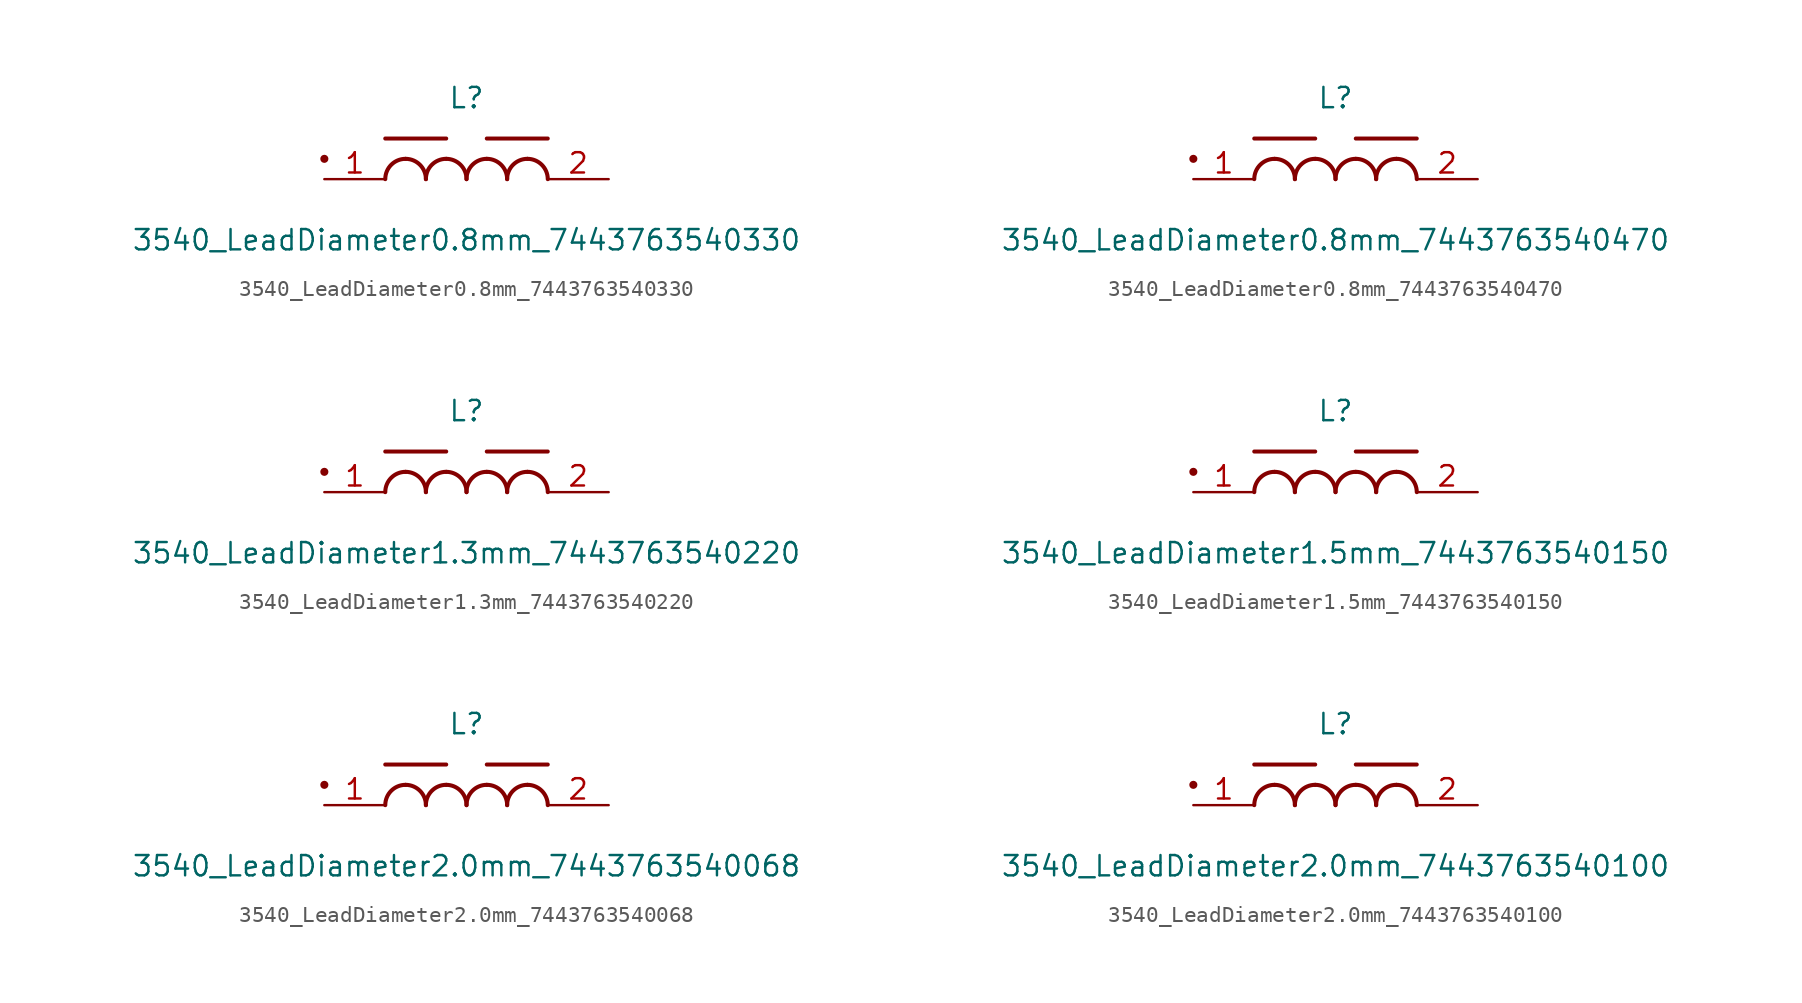
<source format=kicad_sym>
(kicad_symbol_lib
  (version 20220914)
  (generator kicad_symbol_editor)
  (symbol "3540_LeadDiameter0.8mm_7443763540330"
    (pin_names hide)
    (property "Reference" "L"
      (at 0 5.08 0)
      (effects (font (size 1.27 1.27))))
    (property "Value" "3540_LeadDiameter0.8mm_7443763540330"
      (at 0 -3.81 0)
      (effects (font (size 1.27 1.27))))
    (symbol "3540_LeadDiameter0.8mm_7443763540330_0_1"
      (circle (center -8.89 1.27) (radius 0.0001) (stroke (width 0.254) (type default)) (fill (type none)))
      (arc (start -3.81 1.27) (mid -4.708 0.898) (end -5.08 0) (stroke (width 0.254) (type default)) (fill (type none)))
      (arc (start -2.54 0) (mid -2.912 0.898) (end -3.81 1.27) (stroke (width 0.254) (type default)) (fill (type none)))
      (arc (start -1.2699 1.2701) (mid -2.1679 0.8981) (end -2.5399 0.0001) (stroke (width 0.254) (type default)) (fill (type none)))
      (arc (start 0.0001 0.0001) (mid -0.3719 0.8981) (end -1.2699 1.2701) (stroke (width 0.254) (type default)) (fill (type none)))
      (polyline (pts (xy -5.08 2.54) (xy -1.27 2.54)) (stroke (width 0.254) (type default)) (fill (type none)))
      (polyline (pts (xy 5.08 2.54) (xy 1.27 2.54)) (stroke (width 0.254) (type default)) (fill (type none)))
      (arc (start 1.2701 1.2701) (mid 0.3721 0.8981) (end 0.0001 0.0001) (stroke (width 0.254) (type default)) (fill (type none)))
      (arc (start 2.5401 0.0001) (mid 2.1681 0.8981) (end 1.2701 1.2701) (stroke (width 0.254) (type default)) (fill (type none)))
      (arc (start 3.8101 1.2701) (mid 2.9121 0.8981) (end 2.5401 0.0001) (stroke (width 0.254) (type default)) (fill (type none)))
      (arc (start 5.0801 0.0001) (mid 4.7081 0.8981) (end 3.8101 1.2701) (stroke (width 0.254) (type default)) (fill (type none))))
    (symbol "3540_LeadDiameter0.8mm_7443763540330_1_1"
      (pin passive line (at -8.89 0 0) (length 3.81) (name "1" (effects (font (size 1.27 1.27)))) (number "1" (effects (font (size 1.27 1.27)))))
      (pin passive line (at 8.89 0 180) (length 3.81) (name "2" (effects (font (size 1.27 1.27)))) (number "2" (effects (font (size 1.27 1.27)))))))
  (symbol "3540_LeadDiameter0.8mm_7443763540470"
    (pin_names hide)
    (property "Reference" "L"
      (at 0 5.08 0)
      (effects (font (size 1.27 1.27))))
    (property "Value" "3540_LeadDiameter0.8mm_7443763540470"
      (at 0 -3.81 0)
      (effects (font (size 1.27 1.27))))
    (symbol "3540_LeadDiameter0.8mm_7443763540470_0_1"
      (circle (center -8.89 1.27) (radius 0.0001) (stroke (width 0.254) (type default)) (fill (type none)))
      (arc (start -3.81 1.27) (mid -4.708 0.898) (end -5.08 0) (stroke (width 0.254) (type default)) (fill (type none)))
      (arc (start -2.54 0) (mid -2.912 0.898) (end -3.81 1.27) (stroke (width 0.254) (type default)) (fill (type none)))
      (arc (start -1.2699 1.2701) (mid -2.1679 0.8981) (end -2.5399 0.0001) (stroke (width 0.254) (type default)) (fill (type none)))
      (arc (start 0.0001 0.0001) (mid -0.3719 0.8981) (end -1.2699 1.2701) (stroke (width 0.254) (type default)) (fill (type none)))
      (polyline (pts (xy -5.08 2.54) (xy -1.27 2.54)) (stroke (width 0.254) (type default)) (fill (type none)))
      (polyline (pts (xy 5.08 2.54) (xy 1.27 2.54)) (stroke (width 0.254) (type default)) (fill (type none)))
      (arc (start 1.2701 1.2701) (mid 0.3721 0.8981) (end 0.0001 0.0001) (stroke (width 0.254) (type default)) (fill (type none)))
      (arc (start 2.5401 0.0001) (mid 2.1681 0.8981) (end 1.2701 1.2701) (stroke (width 0.254) (type default)) (fill (type none)))
      (arc (start 3.8101 1.2701) (mid 2.9121 0.8981) (end 2.5401 0.0001) (stroke (width 0.254) (type default)) (fill (type none)))
      (arc (start 5.0801 0.0001) (mid 4.7081 0.8981) (end 3.8101 1.2701) (stroke (width 0.254) (type default)) (fill (type none))))
    (symbol "3540_LeadDiameter0.8mm_7443763540470_1_1"
      (pin passive line (at -8.89 0 0) (length 3.81) (name "1" (effects (font (size 1.27 1.27)))) (number "1" (effects (font (size 1.27 1.27)))))
      (pin passive line (at 8.89 0 180) (length 3.81) (name "2" (effects (font (size 1.27 1.27)))) (number "2" (effects (font (size 1.27 1.27)))))))
  (symbol "3540_LeadDiameter1.3mm_7443763540220"
    (pin_names hide)
    (property "Reference" "L"
      (at 0 5.08 0)
      (effects (font (size 1.27 1.27))))
    (property "Value" "3540_LeadDiameter1.3mm_7443763540220"
      (at 0 -3.81 0)
      (effects (font (size 1.27 1.27))))
    (symbol "3540_LeadDiameter1.3mm_7443763540220_0_1"
      (circle (center -8.89 1.27) (radius 0.0001) (stroke (width 0.254) (type default)) (fill (type none)))
      (arc (start -3.81 1.27) (mid -4.708 0.898) (end -5.08 0) (stroke (width 0.254) (type default)) (fill (type none)))
      (arc (start -2.54 0) (mid -2.912 0.898) (end -3.81 1.27) (stroke (width 0.254) (type default)) (fill (type none)))
      (arc (start -1.2699 1.2701) (mid -2.1679 0.8981) (end -2.5399 0.0001) (stroke (width 0.254) (type default)) (fill (type none)))
      (arc (start 0.0001 0.0001) (mid -0.3719 0.8981) (end -1.2699 1.2701) (stroke (width 0.254) (type default)) (fill (type none)))
      (polyline (pts (xy -5.08 2.54) (xy -1.27 2.54)) (stroke (width 0.254) (type default)) (fill (type none)))
      (polyline (pts (xy 5.08 2.54) (xy 1.27 2.54)) (stroke (width 0.254) (type default)) (fill (type none)))
      (arc (start 1.2701 1.2701) (mid 0.3721 0.8981) (end 0.0001 0.0001) (stroke (width 0.254) (type default)) (fill (type none)))
      (arc (start 2.5401 0.0001) (mid 2.1681 0.8981) (end 1.2701 1.2701) (stroke (width 0.254) (type default)) (fill (type none)))
      (arc (start 3.8101 1.2701) (mid 2.9121 0.8981) (end 2.5401 0.0001) (stroke (width 0.254) (type default)) (fill (type none)))
      (arc (start 5.0801 0.0001) (mid 4.7081 0.8981) (end 3.8101 1.2701) (stroke (width 0.254) (type default)) (fill (type none))))
    (symbol "3540_LeadDiameter1.3mm_7443763540220_1_1"
      (pin passive line (at -8.89 0 0) (length 3.81) (name "1" (effects (font (size 1.27 1.27)))) (number "1" (effects (font (size 1.27 1.27)))))
      (pin passive line (at 8.89 0 180) (length 3.81) (name "2" (effects (font (size 1.27 1.27)))) (number "2" (effects (font (size 1.27 1.27)))))))
  (symbol "3540_LeadDiameter1.5mm_7443763540150"
    (pin_names hide)
    (property "Reference" "L"
      (at 0 5.08 0)
      (effects (font (size 1.27 1.27))))
    (property "Value" "3540_LeadDiameter1.5mm_7443763540150"
      (at 0 -3.81 0)
      (effects (font (size 1.27 1.27))))
    (symbol "3540_LeadDiameter1.5mm_7443763540150_0_1"
      (circle (center -8.89 1.27) (radius 0.0001) (stroke (width 0.254) (type default)) (fill (type none)))
      (arc (start -3.81 1.27) (mid -4.708 0.898) (end -5.08 0) (stroke (width 0.254) (type default)) (fill (type none)))
      (arc (start -2.54 0) (mid -2.912 0.898) (end -3.81 1.27) (stroke (width 0.254) (type default)) (fill (type none)))
      (arc (start -1.2699 1.2701) (mid -2.1679 0.8981) (end -2.5399 0.0001) (stroke (width 0.254) (type default)) (fill (type none)))
      (arc (start 0.0001 0.0001) (mid -0.3719 0.8981) (end -1.2699 1.2701) (stroke (width 0.254) (type default)) (fill (type none)))
      (polyline (pts (xy -5.08 2.54) (xy -1.27 2.54)) (stroke (width 0.254) (type default)) (fill (type none)))
      (polyline (pts (xy 5.08 2.54) (xy 1.27 2.54)) (stroke (width 0.254) (type default)) (fill (type none)))
      (arc (start 1.2701 1.2701) (mid 0.3721 0.8981) (end 0.0001 0.0001) (stroke (width 0.254) (type default)) (fill (type none)))
      (arc (start 2.5401 0.0001) (mid 2.1681 0.8981) (end 1.2701 1.2701) (stroke (width 0.254) (type default)) (fill (type none)))
      (arc (start 3.8101 1.2701) (mid 2.9121 0.8981) (end 2.5401 0.0001) (stroke (width 0.254) (type default)) (fill (type none)))
      (arc (start 5.0801 0.0001) (mid 4.7081 0.8981) (end 3.8101 1.2701) (stroke (width 0.254) (type default)) (fill (type none))))
    (symbol "3540_LeadDiameter1.5mm_7443763540150_1_1"
      (pin passive line (at -8.89 0 0) (length 3.81) (name "1" (effects (font (size 1.27 1.27)))) (number "1" (effects (font (size 1.27 1.27)))))
      (pin passive line (at 8.89 0 180) (length 3.81) (name "2" (effects (font (size 1.27 1.27)))) (number "2" (effects (font (size 1.27 1.27)))))))
  (symbol "3540_LeadDiameter2.0mm_7443763540068"
    (pin_names hide)
    (property "Reference" "L"
      (at 0 5.08 0)
      (effects (font (size 1.27 1.27))))
    (property "Value" "3540_LeadDiameter2.0mm_7443763540068"
      (at 0 -3.81 0)
      (effects (font (size 1.27 1.27))))
    (symbol "3540_LeadDiameter2.0mm_7443763540068_0_1"
      (circle (center -8.89 1.27) (radius 0.0001) (stroke (width 0.254) (type default)) (fill (type none)))
      (arc (start -3.81 1.27) (mid -4.708 0.898) (end -5.08 0) (stroke (width 0.254) (type default)) (fill (type none)))
      (arc (start -2.54 0) (mid -2.912 0.898) (end -3.81 1.27) (stroke (width 0.254) (type default)) (fill (type none)))
      (arc (start -1.2699 1.2701) (mid -2.1679 0.8981) (end -2.5399 0.0001) (stroke (width 0.254) (type default)) (fill (type none)))
      (arc (start 0.0001 0.0001) (mid -0.3719 0.8981) (end -1.2699 1.2701) (stroke (width 0.254) (type default)) (fill (type none)))
      (polyline (pts (xy -5.08 2.54) (xy -1.27 2.54)) (stroke (width 0.254) (type default)) (fill (type none)))
      (polyline (pts (xy 5.08 2.54) (xy 1.27 2.54)) (stroke (width 0.254) (type default)) (fill (type none)))
      (arc (start 1.2701 1.2701) (mid 0.3721 0.8981) (end 0.0001 0.0001) (stroke (width 0.254) (type default)) (fill (type none)))
      (arc (start 2.5401 0.0001) (mid 2.1681 0.8981) (end 1.2701 1.2701) (stroke (width 0.254) (type default)) (fill (type none)))
      (arc (start 3.8101 1.2701) (mid 2.9121 0.8981) (end 2.5401 0.0001) (stroke (width 0.254) (type default)) (fill (type none)))
      (arc (start 5.0801 0.0001) (mid 4.7081 0.8981) (end 3.8101 1.2701) (stroke (width 0.254) (type default)) (fill (type none))))
    (symbol "3540_LeadDiameter2.0mm_7443763540068_1_1"
      (pin passive line (at -8.89 0 0) (length 3.81) (name "1" (effects (font (size 1.27 1.27)))) (number "1" (effects (font (size 1.27 1.27)))))
      (pin passive line (at 8.89 0 180) (length 3.81) (name "2" (effects (font (size 1.27 1.27)))) (number "2" (effects (font (size 1.27 1.27)))))))
  (symbol "3540_LeadDiameter2.0mm_7443763540100"
    (pin_names hide)
    (property "Reference" "L"
      (at 0 5.08 0)
      (effects (font (size 1.27 1.27))))
    (property "Value" "3540_LeadDiameter2.0mm_7443763540100"
      (at 0 -3.81 0)
      (effects (font (size 1.27 1.27))))
    (symbol "3540_LeadDiameter2.0mm_7443763540100_0_1"
      (circle (center -8.89 1.27) (radius 0.0001) (stroke (width 0.254) (type default)) (fill (type none)))
      (arc (start -3.81 1.27) (mid -4.708 0.898) (end -5.08 0) (stroke (width 0.254) (type default)) (fill (type none)))
      (arc (start -2.54 0) (mid -2.912 0.898) (end -3.81 1.27) (stroke (width 0.254) (type default)) (fill (type none)))
      (arc (start -1.2699 1.2701) (mid -2.1679 0.8981) (end -2.5399 0.0001) (stroke (width 0.254) (type default)) (fill (type none)))
      (arc (start 0.0001 0.0001) (mid -0.3719 0.8981) (end -1.2699 1.2701) (stroke (width 0.254) (type default)) (fill (type none)))
      (polyline (pts (xy -5.08 2.54) (xy -1.27 2.54)) (stroke (width 0.254) (type default)) (fill (type none)))
      (polyline (pts (xy 5.08 2.54) (xy 1.27 2.54)) (stroke (width 0.254) (type default)) (fill (type none)))
      (arc (start 1.2701 1.2701) (mid 0.3721 0.8981) (end 0.0001 0.0001) (stroke (width 0.254) (type default)) (fill (type none)))
      (arc (start 2.5401 0.0001) (mid 2.1681 0.8981) (end 1.2701 1.2701) (stroke (width 0.254) (type default)) (fill (type none)))
      (arc (start 3.8101 1.2701) (mid 2.9121 0.8981) (end 2.5401 0.0001) (stroke (width 0.254) (type default)) (fill (type none)))
      (arc (start 5.0801 0.0001) (mid 4.7081 0.8981) (end 3.8101 1.2701) (stroke (width 0.254) (type default)) (fill (type none))))
    (symbol "3540_LeadDiameter2.0mm_7443763540100_1_1"
      (pin passive line (at -8.89 0 0) (length 3.81) (name "1" (effects (font (size 1.27 1.27)))) (number "1" (effects (font (size 1.27 1.27)))))
      (pin passive line (at 8.89 0 180) (length 3.81) (name "2" (effects (font (size 1.27 1.27)))) (number "2" (effects (font (size 1.27 1.27))))))))
</source>
